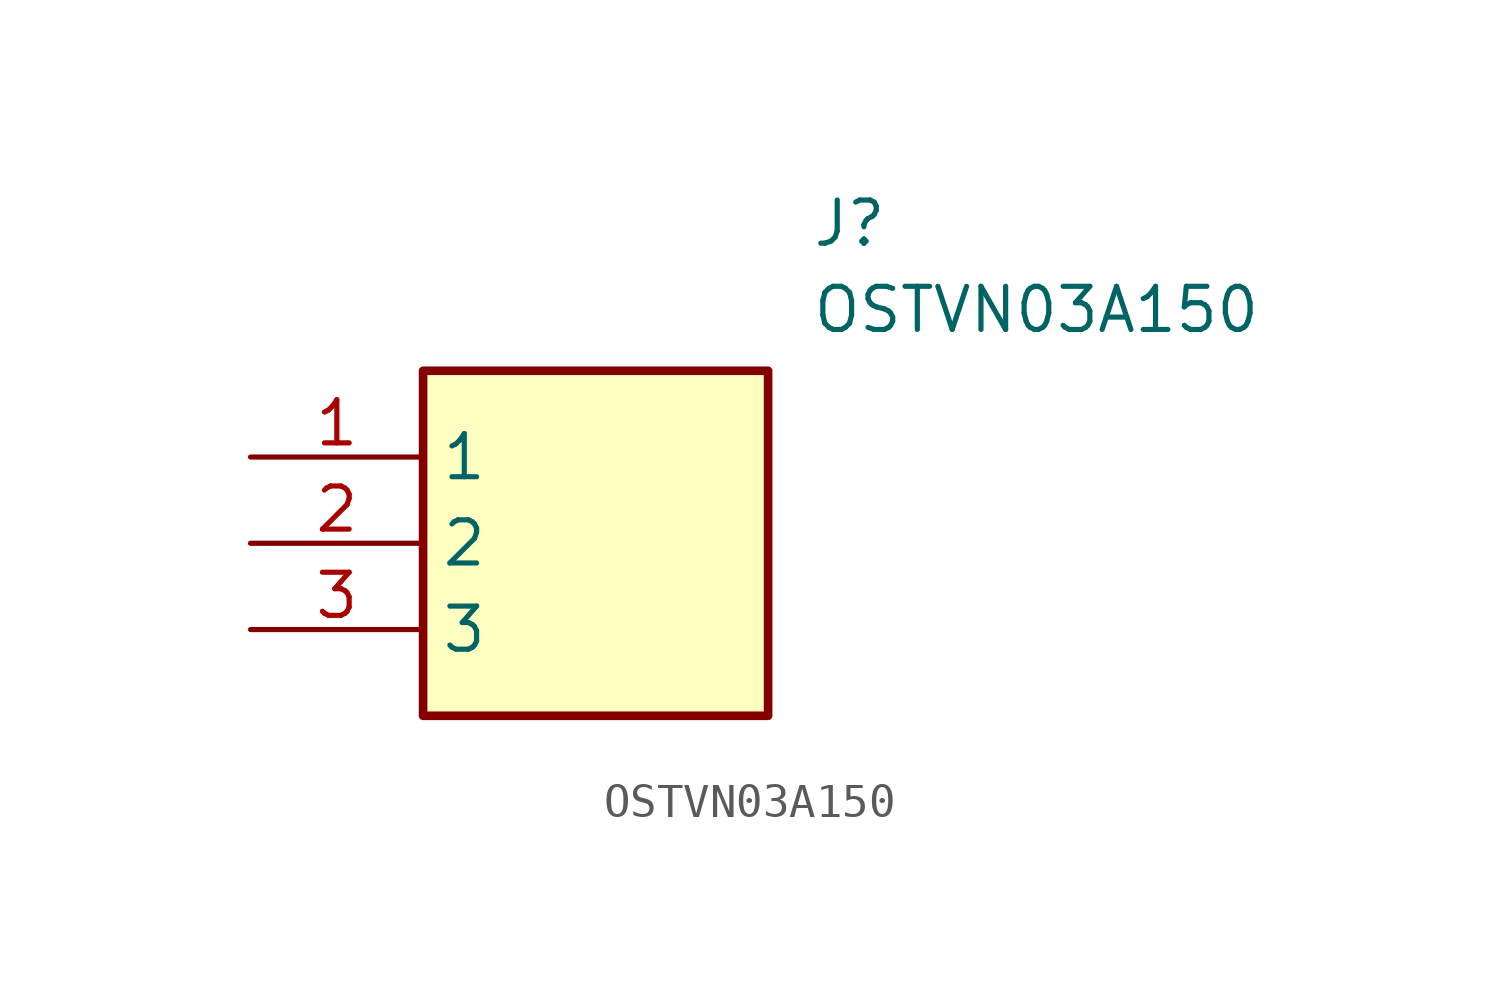
<source format=kicad_sym>
(kicad_symbol_lib
  (version 20211014)
  (generator SamacSys_ECAD_Model)
  (symbol "OSTVN03A150"
    (property "Reference" "J"
      (at 16.51 7.62 0)
      (effects (font (size 1.27 1.27)) (justify left top)))
    (property "Value" "OSTVN03A150"
      (at 16.51 5.08 0)
      (effects (font (size 1.27 1.27)) (justify left top)))
    (rectangle
      (start 5.08 2.54)
      (end 15.24 -7.62)
      (stroke (width 0.254) (type default))
      (fill (type background)))
    (pin passive line
      (at 0 0 0)
      (length 5.08)
      (name "1" (effects (font (size 1.27 1.27))))
      (number "1" (effects (font (size 1.27 1.27)))))
    (pin passive line
      (at 0 -2.54 0)
      (length 5.08)
      (name "2" (effects (font (size 1.27 1.27))))
      (number "2" (effects (font (size 1.27 1.27)))))
    (pin passive line
      (at 0 -5.08 0)
      (length 5.08)
      (name "3" (effects (font (size 1.27 1.27))))
      (number "3" (effects (font (size 1.27 1.27)))))))
</source>
